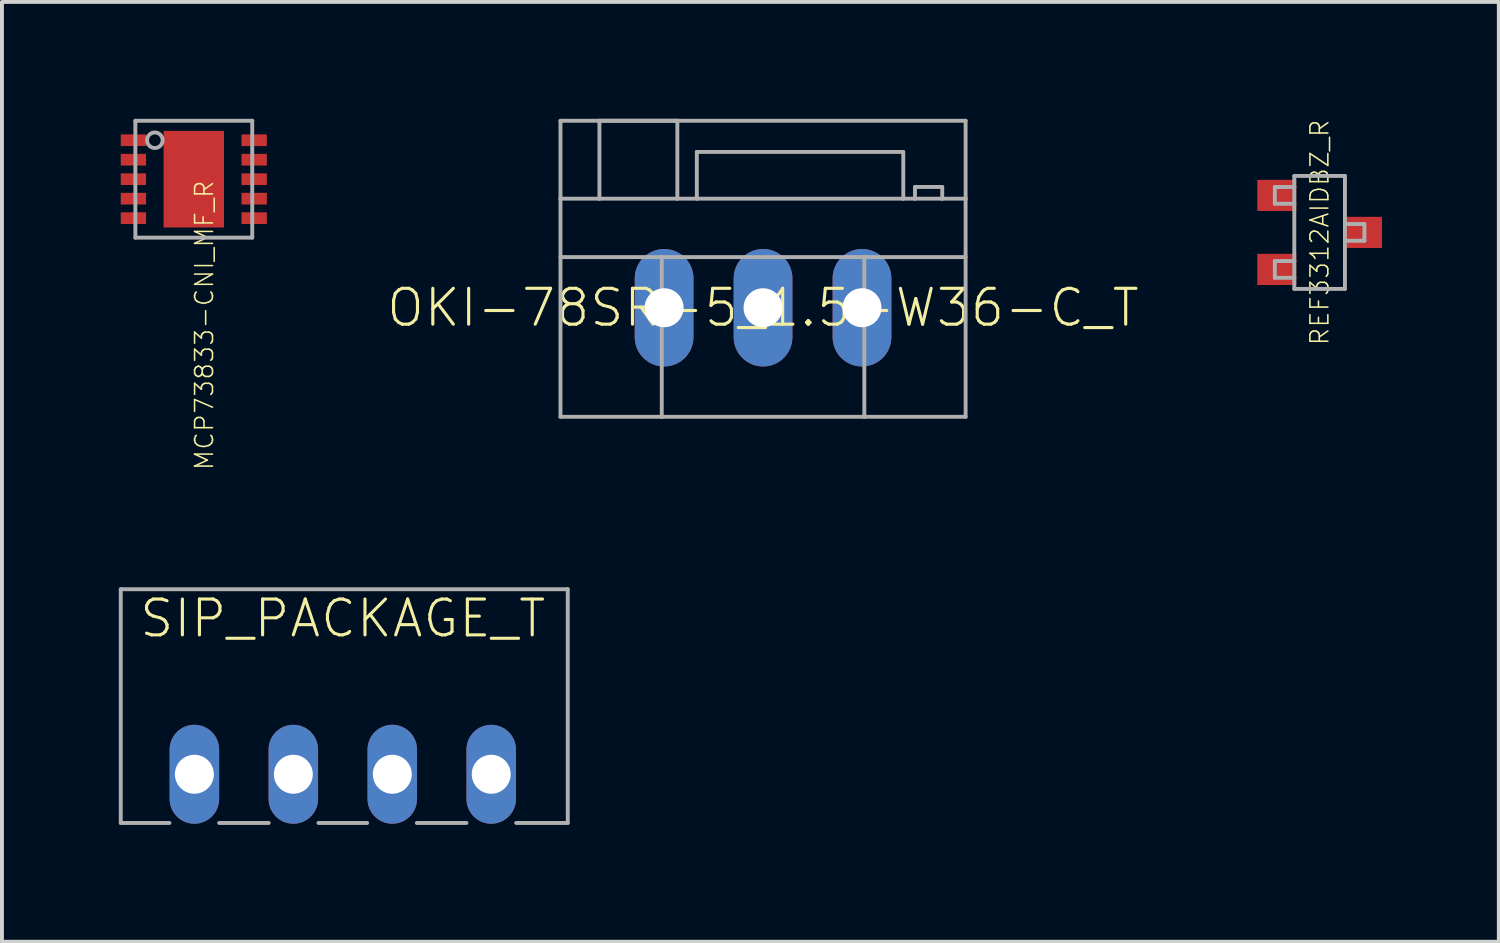
<source format=kicad_pcb>
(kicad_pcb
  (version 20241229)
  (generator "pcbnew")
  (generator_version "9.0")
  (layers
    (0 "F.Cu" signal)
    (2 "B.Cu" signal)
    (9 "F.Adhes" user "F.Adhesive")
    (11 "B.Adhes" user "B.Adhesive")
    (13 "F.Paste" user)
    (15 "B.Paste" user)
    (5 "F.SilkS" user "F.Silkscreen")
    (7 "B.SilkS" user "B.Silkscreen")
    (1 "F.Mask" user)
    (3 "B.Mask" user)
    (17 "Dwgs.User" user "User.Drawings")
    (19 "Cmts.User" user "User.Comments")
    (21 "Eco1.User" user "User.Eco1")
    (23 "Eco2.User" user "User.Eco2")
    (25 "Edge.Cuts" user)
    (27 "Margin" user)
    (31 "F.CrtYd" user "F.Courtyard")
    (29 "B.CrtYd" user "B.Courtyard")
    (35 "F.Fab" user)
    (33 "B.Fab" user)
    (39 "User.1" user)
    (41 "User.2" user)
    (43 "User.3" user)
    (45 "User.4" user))
  (footprint "SIP_PACKAGE_T"
    (layer "F.Cu")
    (at 5.75 15.076)
    (property "Reference" "SIP_PACKAGE_T" (at 0 -2.25 0) (unlocked yes) (layer "F.SilkS") (effects (font (size 0.92 0.92) (thickness 0.08))))
    (fp_line (start -5.7 -3) (end -5.7 3) (stroke (width 0.1) (type solid)) (layer "F.Fab"))
    (fp_line (start -5.7 3) (end -4.45 3) (stroke (width 0.1) (type solid)) (layer "F.Fab"))
    (fp_line (start -3.175 3) (end -1.9 3) (stroke (width 0.1) (type solid)) (layer "F.Fab"))
    (fp_line (start -0.625 3) (end 0.625 3) (stroke (width 0.1) (type solid)) (layer "F.Fab"))
    (fp_line (start 1.9 3) (end 3.175 3) (stroke (width 0.1) (type solid)) (layer "F.Fab"))
    (fp_line (start 5.775 -3) (end -5.7 -3) (stroke (width 0.1) (type solid)) (layer "F.Fab"))
    (fp_line (start 5.775 3) (end 4.45 3) (stroke (width 0.1) (type solid)) (layer "F.Fab"))
    (fp_line (start 5.775 3) (end 5.775 -3) (stroke (width 0.1) (type solid)) (layer "F.Fab"))
    (pad "1" thru_hole oval (at -3.81 1.75 90) (size 2.54 1.27) (drill 1) (layers "*.Cu" "*.Mask"))
    (pad "2" thru_hole oval (at -1.27 1.75 90) (size 2.54 1.27) (drill 1) (layers "*.Cu" "*.Mask"))
    (pad "3" thru_hole oval (at 1.27 1.75 90) (size 2.54 1.27) (drill 1) (layers "*.Cu" "*.Mask"))
    (pad "4" thru_hole oval (at 3.81 1.75 90) (size 2.54 1.27) (drill 1) (layers "*.Cu" "*.Mask")))
  (footprint "OKI-78SR-5_1.5-W36-C_T"
    (layer "F.Cu")
    (at 16.538 4.85)
    (property "Reference" "OKI-78SR-5_1.5-W36-C_T" (at 0 0 0) (unlocked yes) (layer "F.SilkS") (effects (font (size 0.92 0.92) (thickness 0.08))))
    (fp_line (start -5.2 -4.8) (end 5.2 -4.8) (stroke (width 0.1) (type solid)) (layer "F.Fab"))
    (fp_line (start -5.2 -2.8) (end -5.2 -4.8) (stroke (width 0.1) (type solid)) (layer "F.Fab"))
    (fp_line (start -5.2 -2.8) (end -4.2 -2.8) (stroke (width 0.1) (type solid)) (layer "F.Fab"))
    (fp_line (start -5.2 -1.3) (end -2.6 -1.3) (stroke (width 0.1) (type solid)) (layer "F.Fab"))
    (fp_line (start -5.2 2.8) (end -5.2 -2.8) (stroke (width 0.1) (type solid)) (layer "F.Fab"))
    (fp_line (start -5.2 2.8) (end -2.6 2.8) (stroke (width 0.1) (type solid)) (layer "F.Fab"))
    (fp_line (start -4.2 -4.8) (end -2.2 -4.8) (stroke (width 0.1) (type solid)) (layer "F.Fab"))
    (fp_line (start -4.2 -2.8) (end -4.2 -4.8) (stroke (width 0.1) (type solid)) (layer "F.Fab"))
    (fp_line (start -4.2 -2.8) (end -2.2 -2.8) (stroke (width 0.1) (type solid)) (layer "F.Fab"))
    (fp_line (start -2.6 -1.3) (end -2.6 2.8) (stroke (width 0.1) (type solid)) (layer "F.Fab"))
    (fp_line (start -2.6 -1.3) (end 2.6 -1.3) (stroke (width 0.1) (type solid)) (layer "F.Fab"))
    (fp_line (start -2.6 2.8) (end 2.6 2.8) (stroke (width 0.1) (type solid)) (layer "F.Fab"))
    (fp_line (start -2.2 -4.8) (end -2.2 -2.8) (stroke (width 0.1) (type solid)) (layer "F.Fab"))
    (fp_line (start -2.2 -2.8) (end -1.7 -2.8) (stroke (width 0.1) (type solid)) (layer "F.Fab"))
    (fp_line (start -1.7 -4) (end 3.6 -4) (stroke (width 0.1) (type solid)) (layer "F.Fab"))
    (fp_line (start -1.7 -2.8) (end -1.7 -4) (stroke (width 0.1) (type solid)) (layer "F.Fab"))
    (fp_line (start -1.7 -2.8) (end 3.6 -2.8) (stroke (width 0.1) (type solid)) (layer "F.Fab"))
    (fp_line (start 2.6 -1.3) (end 2.6 2.8) (stroke (width 0.1) (type solid)) (layer "F.Fab"))
    (fp_line (start 2.6 -1.3) (end 5.2 -1.3) (stroke (width 0.1) (type solid)) (layer "F.Fab"))
    (fp_line (start 2.6 2.8) (end 5.2 2.8) (stroke (width 0.1) (type solid)) (layer "F.Fab"))
    (fp_line (start 3.6 -4) (end 3.6 -2.8) (stroke (width 0.1) (type solid)) (layer "F.Fab"))
    (fp_line (start 3.6 -2.8) (end 3.9 -2.8) (stroke (width 0.1) (type solid)) (layer "F.Fab"))
    (fp_line (start 3.9 -3.1) (end 4.6 -3.1) (stroke (width 0.1) (type solid)) (layer "F.Fab"))
    (fp_line (start 3.9 -2.8) (end 3.9 -3.1) (stroke (width 0.1) (type solid)) (layer "F.Fab"))
    (fp_line (start 3.9 -2.8) (end 4.6 -2.8) (stroke (width 0.1) (type solid)) (layer "F.Fab"))
    (fp_line (start 4.6 -3.1) (end 4.6 -2.8) (stroke (width 0.1) (type solid)) (layer "F.Fab"))
    (fp_line (start 4.6 -2.8) (end 5.2 -2.8) (stroke (width 0.1) (type solid)) (layer "F.Fab"))
    (fp_line (start 5.2 -4.8) (end 5.2 -2.8) (stroke (width 0.1) (type solid)) (layer "F.Fab"))
    (fp_line (start 5.2 -2.8) (end 5.2 2.8) (stroke (width 0.1) (type solid)) (layer "F.Fab"))
    (pad "1" thru_hole oval (at -2.54 0 90) (size 3.016 1.508) (drill 1) (layers "*.Cu" "*.Mask"))
    (pad "2" thru_hole oval (at 0 0 90) (size 3.016 1.508) (drill 1) (layers "*.Cu" "*.Mask"))
    (pad "3" thru_hole oval (at 2.54 0 90) (size 3.016 1.508) (drill 1) (layers "*.Cu" "*.Mask")))
  (footprint "REF3312AIDBZ_R"
    (layer "F.Cu")
    (at 30.826 2.916)
    (property "Reference" "REF3312AIDBZ_R" (at 0 0 90) (unlocked yes) (layer "F.SilkS") (effects (font (size 0.46 0.46) (thickness 0.04))))
    (fp_line (start -1.15 -1.165) (end -0.65 -1.165) (stroke (width 0.1) (type solid)) (layer "F.Fab"))
    (fp_line (start -1.15 -0.735) (end -1.15 -1.165) (stroke (width 0.1) (type solid)) (layer "F.Fab"))
    (fp_line (start -1.15 0.735) (end -0.65 0.735) (stroke (width 0.1) (type solid)) (layer "F.Fab"))
    (fp_line (start -1.15 1.165) (end -1.15 0.735) (stroke (width 0.1) (type solid)) (layer "F.Fab"))
    (fp_line (start -0.65 -1.45) (end 0.65 -1.45) (stroke (width 0.1) (type solid)) (layer "F.Fab"))
    (fp_line (start -0.65 -1.165) (end -0.65 -1.45) (stroke (width 0.1) (type solid)) (layer "F.Fab"))
    (fp_line (start -0.65 -0.735) (end -1.15 -0.735) (stroke (width 0.1) (type solid)) (layer "F.Fab"))
    (fp_line (start -0.65 -0.735) (end -0.65 -1.165) (stroke (width 0.1) (type solid)) (layer "F.Fab"))
    (fp_line (start -0.65 0.735) (end -0.65 -0.735) (stroke (width 0.1) (type solid)) (layer "F.Fab"))
    (fp_line (start -0.65 1.165) (end -1.15 1.165) (stroke (width 0.1) (type solid)) (layer "F.Fab"))
    (fp_line (start -0.65 1.165) (end -0.65 0.735) (stroke (width 0.1) (type solid)) (layer "F.Fab"))
    (fp_line (start -0.65 1.45) (end -0.65 1.165) (stroke (width 0.1) (type solid)) (layer "F.Fab"))
    (fp_line (start 0.65 -1.45) (end 0.65 -0.215) (stroke (width 0.1) (type solid)) (layer "F.Fab"))
    (fp_line (start 0.65 -0.215) (end 0.65 0.215) (stroke (width 0.1) (type solid)) (layer "F.Fab"))
    (fp_line (start 0.65 0.215) (end 0.65 1.45) (stroke (width 0.1) (type solid)) (layer "F.Fab"))
    (fp_line (start 0.65 0.215) (end 1.15 0.215) (stroke (width 0.1) (type solid)) (layer "F.Fab"))
    (fp_line (start 0.65 1.45) (end -0.65 1.45) (stroke (width 0.1) (type solid)) (layer "F.Fab"))
    (fp_line (start 1.15 -0.215) (end 0.65 -0.215) (stroke (width 0.1) (type solid)) (layer "F.Fab"))
    (fp_line (start 1.15 0.215) (end 1.15 -0.215) (stroke (width 0.1) (type solid)) (layer "F.Fab"))
    (pad "1" smd rect (at -1.1 -0.95) (size 1 0.8) (layers "F.Cu" "F.Mask" "F.Paste"))
    (pad "2" smd rect (at -1.1 0.95) (size 1 0.8) (layers "F.Cu" "F.Mask" "F.Paste"))
    (pad "3" smd rect (at 1.1 0) (size 1 0.8) (layers "F.Cu" "F.Mask" "F.Paste")))
  (footprint "MCP73833-CNI_MF_R"
    (layer "F.Cu")
    (at 1.925 1.55)
    (property "Reference" "MCP73833-CNI_MF_R" (at 0 0 90) (unlocked yes) (layer "F.SilkS") (effects (font (size 0.46 0.46) (thickness 0.04)) (justify right top)))
    (fp_poly (pts (xy -1.925 -1.2) (xy -1.925 -0.8) (xy -1.175 -0.8) (xy -1.175 -1.2)) (stroke (width 0) (type default)) (fill yes) (layer "F.Mask"))
    (fp_poly (pts (xy -1.925 -0.7) (xy -1.925 -0.3) (xy -1.175 -0.3) (xy -1.175 -0.7)) (stroke (width 0) (type default)) (fill yes) (layer "F.Mask"))
    (fp_poly (pts (xy -1.925 -0.2) (xy -1.925 0.2) (xy -1.175 0.2) (xy -1.175 -0.2)) (stroke (width 0) (type default)) (fill yes) (layer "F.Mask"))
    (fp_poly (pts (xy -1.925 0.3) (xy -1.925 0.7) (xy -1.175 0.7) (xy -1.175 0.3)) (stroke (width 0) (type default)) (fill yes) (layer "F.Mask"))
    (fp_poly (pts (xy -1.925 0.8) (xy -1.925 1.2) (xy -1.175 1.2) (xy -1.175 0.8)) (stroke (width 0) (type default)) (fill yes) (layer "F.Mask"))
    (fp_poly (pts (xy -0.83 -1.29) (xy -0.83 1.29) (xy 0.83 1.29) (xy 0.83 -1.29)) (stroke (width 0) (type default)) (fill yes) (layer "F.Mask"))
    (fp_poly (pts (xy 1.925 -0.8) (xy 1.925 -1.2) (xy 1.175 -1.2) (xy 1.175 -0.8)) (stroke (width 0) (type default)) (fill yes) (layer "F.Mask"))
    (fp_poly (pts (xy 1.925 -0.3) (xy 1.925 -0.7) (xy 1.175 -0.7) (xy 1.175 -0.3)) (stroke (width 0) (type default)) (fill yes) (layer "F.Mask"))
    (fp_poly (pts (xy 1.925 0.2) (xy 1.925 -0.2) (xy 1.175 -0.2) (xy 1.175 0.2)) (stroke (width 0) (type default)) (fill yes) (layer "F.Mask"))
    (fp_poly (pts (xy 1.925 0.7) (xy 1.925 0.3) (xy 1.175 0.3) (xy 1.175 0.7)) (stroke (width 0) (type default)) (fill yes) (layer "F.Mask"))
    (fp_poly (pts (xy 1.925 1.2) (xy 1.925 0.8) (xy 1.175 0.8) (xy 1.175 1.2)) (stroke (width 0) (type default)) (fill yes) (layer "F.Mask"))
    (fp_poly (pts (xy -1.225 -0.85) (xy -1.875 -0.85) (xy -1.875 -1.15) (xy -1.225 -1.15)) (stroke (width 0) (type default)) (fill yes) (layer "F.Paste"))
    (fp_poly (pts (xy -1.225 -0.35) (xy -1.875 -0.35) (xy -1.875 -0.65) (xy -1.225 -0.65)) (stroke (width 0) (type default)) (fill yes) (layer "F.Paste"))
    (fp_poly (pts (xy -1.225 0.15) (xy -1.875 0.15) (xy -1.875 -0.15) (xy -1.225 -0.15)) (stroke (width 0) (type default)) (fill yes) (layer "F.Paste"))
    (fp_poly (pts (xy -1.225 0.65) (xy -1.875 0.65) (xy -1.875 0.35) (xy -1.225 0.35)) (stroke (width 0) (type default)) (fill yes) (layer "F.Paste"))
    (fp_poly (pts (xy -1.225 1.15) (xy -1.875 1.15) (xy -1.875 0.85) (xy -1.225 0.85)) (stroke (width 0) (type default)) (fill yes) (layer "F.Paste"))
    (fp_poly (pts (xy 0.58 -0.15) (xy -0.58 -0.15) (xy -0.58 -1.05) (xy 0.58 -1.05)) (stroke (width 0) (type default)) (fill yes) (layer "F.Paste"))
    (fp_poly (pts (xy 0.58 1.05) (xy -0.58 1.05) (xy -0.58 0.15) (xy 0.58 0.15)) (stroke (width 0) (type default)) (fill yes) (layer "F.Paste"))
    (fp_poly (pts (xy 1.875 -0.85) (xy 1.225 -0.85) (xy 1.225 -1.15) (xy 1.875 -1.15)) (stroke (width 0) (type default)) (fill yes) (layer "F.Paste"))
    (fp_poly (pts (xy 1.875 -0.35) (xy 1.225 -0.35) (xy 1.225 -0.65) (xy 1.875 -0.65)) (stroke (width 0) (type default)) (fill yes) (layer "F.Paste"))
    (fp_poly (pts (xy 1.875 0.15) (xy 1.225 0.15) (xy 1.225 -0.15) (xy 1.875 -0.15)) (stroke (width 0) (type default)) (fill yes) (layer "F.Paste"))
    (fp_poly (pts (xy 1.875 0.65) (xy 1.225 0.65) (xy 1.225 0.35) (xy 1.875 0.35)) (stroke (width 0) (type default)) (fill yes) (layer "F.Paste"))
    (fp_poly (pts (xy 1.875 1.15) (xy 1.225 1.15) (xy 1.225 0.85) (xy 1.875 0.85)) (stroke (width 0) (type default)) (fill yes) (layer "F.Paste"))
    (fp_line (start -1.5 -1.5) (end -1.5 1.5) (stroke (width 0.1) (type solid)) (layer "F.Fab"))
    (fp_line (start -1.5 1.5) (end 1.5 1.5) (stroke (width 0.1) (type solid)) (layer "F.Fab"))
    (fp_line (start 1.5 -1.5) (end -1.5 -1.5) (stroke (width 0.1) (type solid)) (layer "F.Fab"))
    (fp_line (start 1.5 1.5) (end 1.5 -1.5) (stroke (width 0.1) (type solid)) (layer "F.Fab"))
    (fp_circle (center -1 -1) (end -0.8 -1) (stroke (width 0.1) (type solid)) (fill no) (layer "F.Fab"))
    (pad "0" smd rect (at 0 0 270) (size 2.48 1.55) (layers "F.Cu"))
    (pad "1" smd rect (at -1.55 -1 270) (size 0.3 0.65) (layers "F.Cu"))
    (pad "2" smd rect (at -1.55 -0.5 270) (size 0.3 0.65) (layers "F.Cu"))
    (pad "3" smd rect (at -1.55 0 270) (size 0.3 0.65) (layers "F.Cu"))
    (pad "4" smd rect (at -1.55 0.5 270) (size 0.3 0.65) (layers "F.Cu"))
    (pad "5" smd rect (at -1.55 1 270) (size 0.3 0.65) (layers "F.Cu"))
    (pad "6" smd rect (at 1.55 1 90) (size 0.3 0.65) (layers "F.Cu"))
    (pad "7" smd rect (at 1.55 0.5 90) (size 0.3 0.65) (layers "F.Cu"))
    (pad "8" smd rect (at 1.55 0 90) (size 0.3 0.65) (layers "F.Cu"))
    (pad "9" smd rect (at 1.55 -0.5 90) (size 0.3 0.65) (layers "F.Cu"))
    (pad "10" smd rect (at 1.55 -1 90) (size 0.3 0.65) (layers "F.Cu")))
  (gr_rect
    (start -3 -3)
    (end 35.426 21.126)
    (stroke (width 0.1) (type default))
    (fill no)
    (layer "Edge.Cuts")))
</source>
